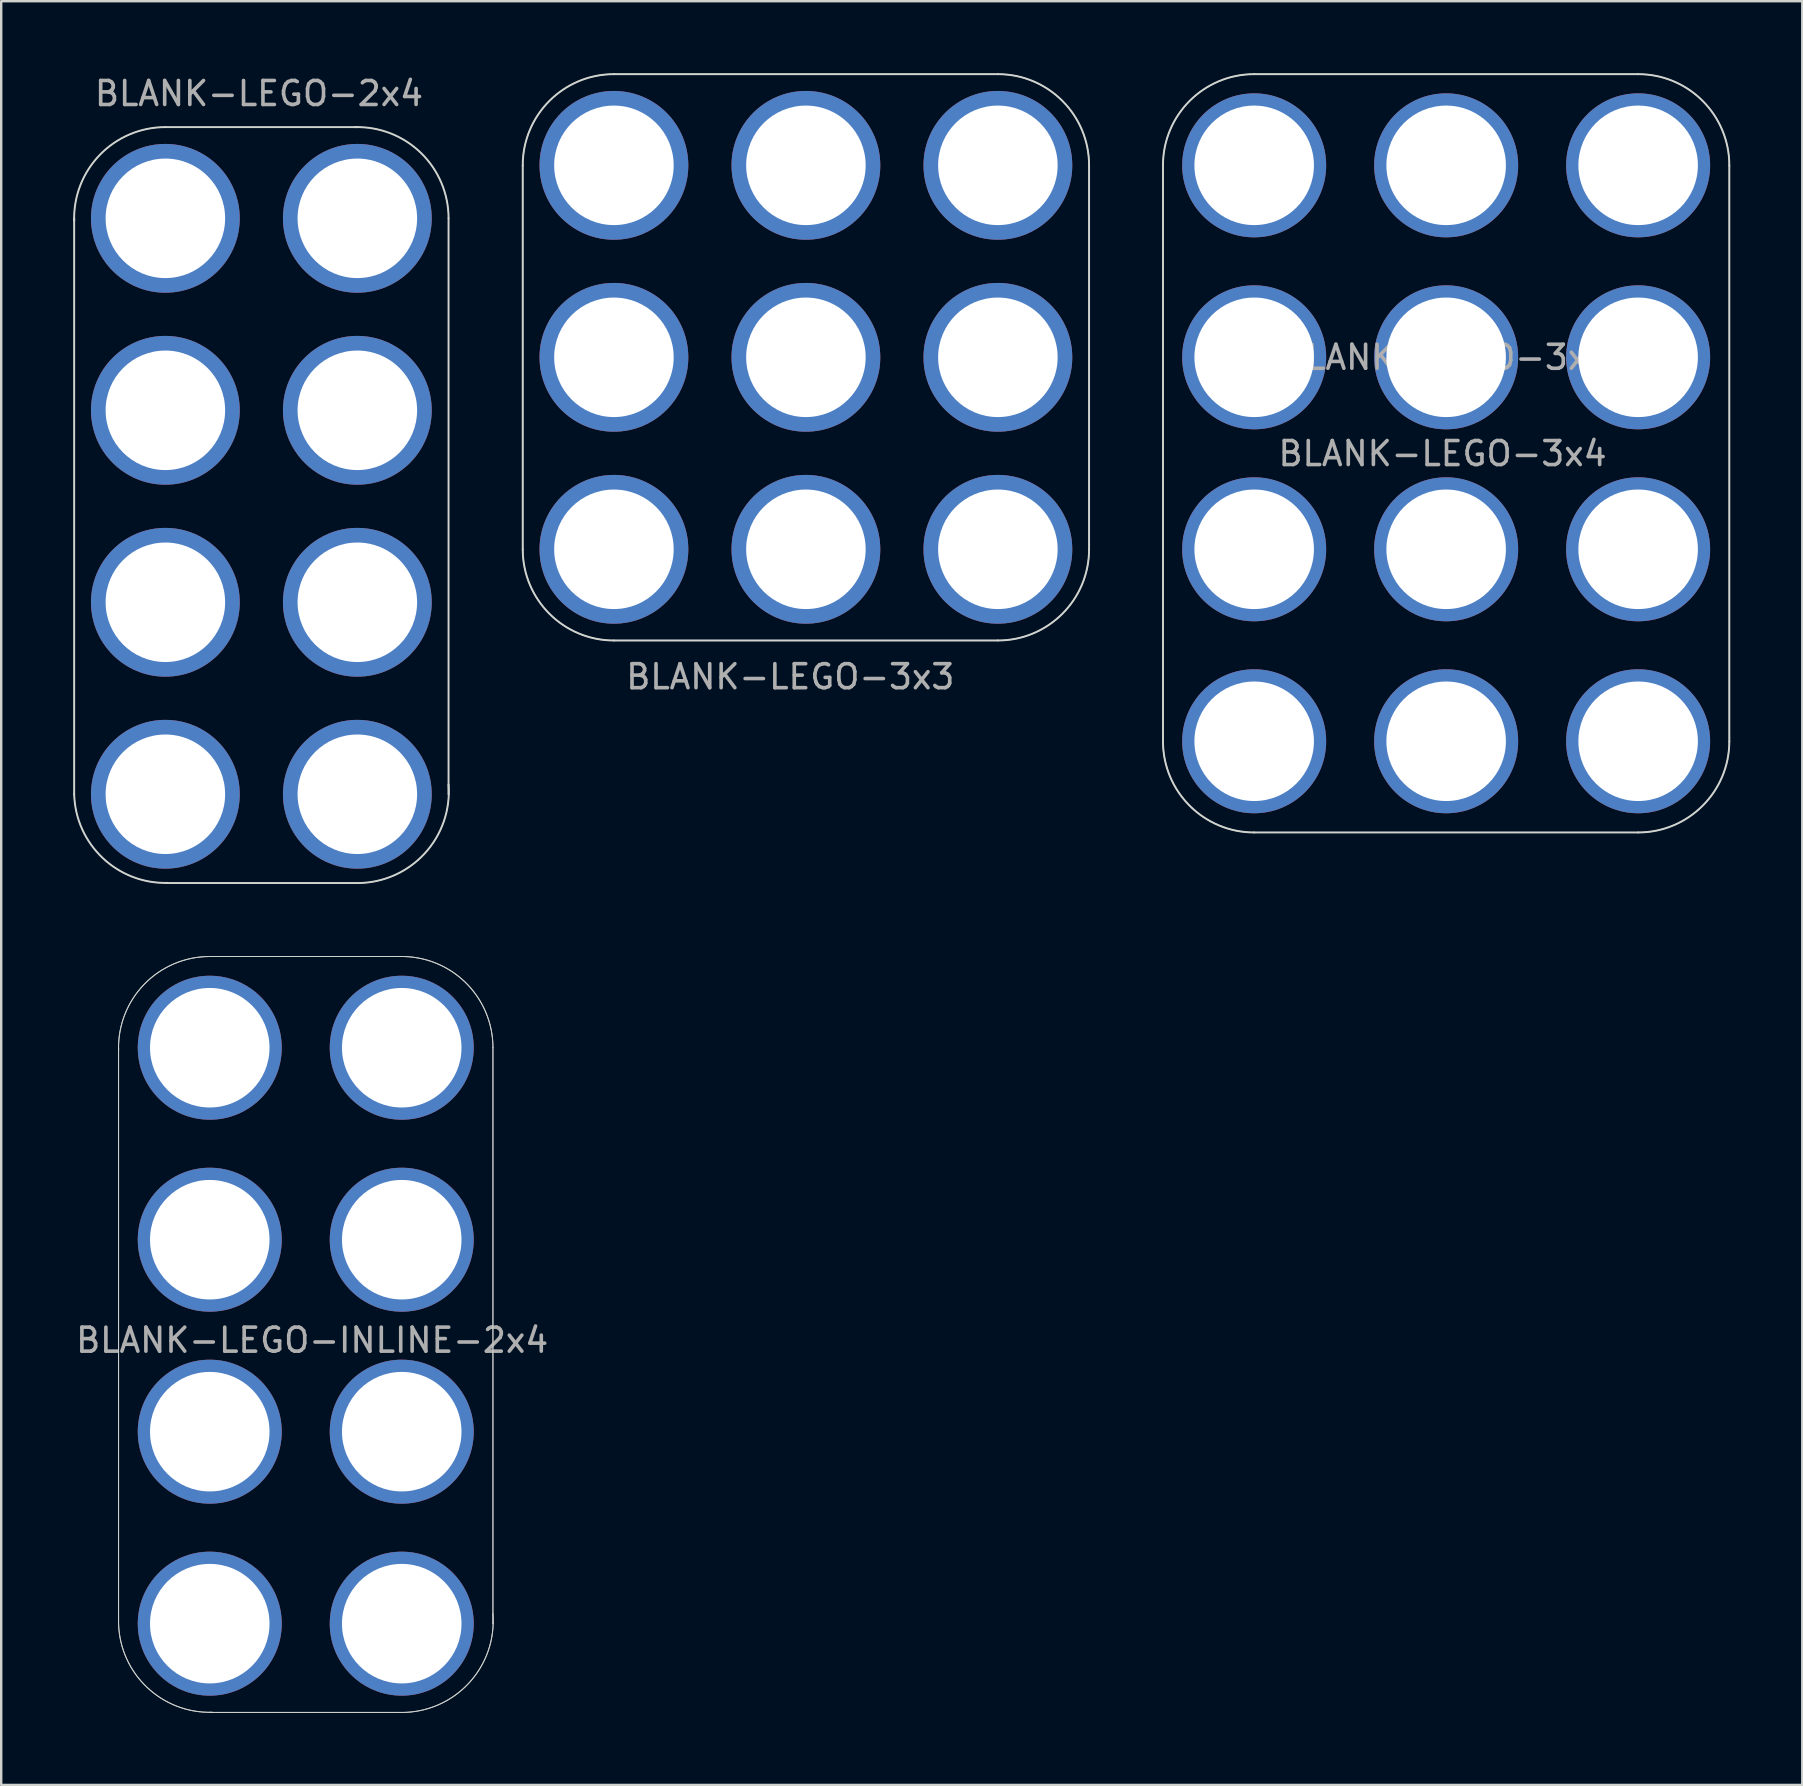
<source format=kicad_pcb>
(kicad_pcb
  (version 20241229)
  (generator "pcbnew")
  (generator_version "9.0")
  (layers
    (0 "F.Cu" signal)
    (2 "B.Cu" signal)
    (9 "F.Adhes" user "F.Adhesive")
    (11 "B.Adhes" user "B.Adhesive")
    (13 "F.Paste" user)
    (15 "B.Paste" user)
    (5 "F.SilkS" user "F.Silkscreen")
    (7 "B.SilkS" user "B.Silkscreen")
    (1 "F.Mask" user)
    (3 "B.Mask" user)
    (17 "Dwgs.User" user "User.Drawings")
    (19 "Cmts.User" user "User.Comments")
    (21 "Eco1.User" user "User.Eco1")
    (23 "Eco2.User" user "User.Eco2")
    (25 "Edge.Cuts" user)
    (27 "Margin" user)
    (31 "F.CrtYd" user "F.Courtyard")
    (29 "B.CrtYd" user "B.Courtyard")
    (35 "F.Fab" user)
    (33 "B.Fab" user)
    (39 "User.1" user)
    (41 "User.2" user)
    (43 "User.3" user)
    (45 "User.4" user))
  (footprint "BLANK-LEGO-3x4"
    (layer "F.Cu")
    (at 49.213 19.84)
    (property "Reference" "BLANK-LEGO-3x4" (at 7.849 -3.988 0) (layer "F.Fab") (effects (font (size 1 1) (thickness 0.15))))
    (attr through_hole)
    (fp_line (start -3.8 -16) (end -3.8 8) (stroke (width 0.08) (type solid)) (layer "Edge.Cuts"))
    (fp_line (start 0 -19.8) (end 16 -19.8) (stroke (width 0.08) (type solid)) (layer "Edge.Cuts"))
    (fp_line (start 0 11.8) (end 16 11.8) (stroke (width 0.08) (type solid)) (layer "Edge.Cuts"))
    (fp_line (start 19.8 -16) (end 19.8 8) (stroke (width 0.08) (type solid)) (layer "Edge.Cuts"))
    (fp_arc (start -3.8 -16) (mid -2.687006 -18.687006) (end 0 -19.8) (stroke (width 0.08) (type solid)) (layer "Edge.Cuts"))
    (fp_arc (start 0 11.8) (mid -2.687006 10.687006) (end -3.8 8) (stroke (width 0.08) (type solid)) (layer "Edge.Cuts"))
    (fp_arc (start 16 -19.8) (mid 18.687006 -18.687006) (end 19.8 -16) (stroke (width 0.08) (type solid)) (layer "Edge.Cuts"))
    (fp_arc (start 19.8 8) (mid 18.687006 10.687006) (end 16 11.8) (stroke (width 0.08) (type solid)) (layer "Edge.Cuts"))
    (fp_line (start -3.8 -16) (end -3.8 8) (stroke (width 0.05) (type solid)) (layer "F.Fab"))
    (fp_line (start 0 -19.8) (end 16 -19.8) (stroke (width 0.05) (type solid)) (layer "F.Fab"))
    (fp_line (start 0 11.8) (end 16 11.8) (stroke (width 0.05) (type solid)) (layer "F.Fab"))
    (fp_line (start 19.8 -16) (end 19.8 8) (stroke (width 0.05) (type solid)) (layer "F.Fab"))
    (fp_arc (start -3.8 -16) (mid -2.687006 -18.687006) (end 0 -19.8) (stroke (width 0.05) (type solid)) (layer "F.Fab"))
    (fp_arc (start 0 11.8) (mid -2.687006 10.687006) (end -3.8 8) (stroke (width 0.05) (type solid)) (layer "F.Fab"))
    (fp_arc (start 16 -19.8) (mid 18.687006 -18.687006) (end 19.8 -16) (stroke (width 0.05) (type solid)) (layer "F.Fab"))
    (fp_arc (start 19.8 8) (mid 18.687006 10.687006) (end 16 11.8) (stroke (width 0.05) (type solid)) (layer "F.Fab"))
    (fp_text user "${REFERENCE}" (at 8 -8 0) (layer "F.Fab") (effects (font (size 1 1) (thickness 0.15))))
    (pad "+" thru_hole circle (at 0 -8) (size 6 6) (drill 4.98) (layers "*.Cu"))
    (pad "+" thru_hole circle (at 16 -16) (size 6 6) (drill 4.98) (layers "*.Cu" "B.Mask"))
    (pad "+" thru_hole circle (at 16 -8) (size 6 6) (drill 4.98) (layers "*.Cu" "B.Mask"))
    (pad "+" thru_hole circle (at 16 0) (size 6 6) (drill 4.98) (layers "*.Cu" "B.Mask"))
    (pad "+" thru_hole circle (at 16 8) (size 6 6) (drill 4.98) (layers "*.Cu" "B.Mask"))
    (pad "GND" thru_hole circle (at 0 -16) (size 6 6) (drill 4.98) (layers "*.Cu" "*.Mask"))
    (pad "GND" thru_hole circle (at 0 0) (size 6 6) (drill 4.98) (layers "*.Cu" "*.Mask"))
    (pad "GND" thru_hole circle (at 0 8) (size 6 6) (drill 4.98) (layers "*.Cu" "*.Mask"))
    (pad "GND" thru_hole circle (at 8 -16) (size 6 6) (drill 4.98) (layers "*.Cu" "*.Mask"))
    (pad "GND" thru_hole circle (at 8 -8) (size 6 6) (drill 4.98) (layers "*.Cu" "*.Mask"))
    (pad "GND" thru_hole circle (at 8 0) (size 6 6) (drill 4.98) (layers "*.Cu" "*.Mask"))
    (pad "GND" thru_hole circle (at 8 8) (size 6 6) (drill 4.98) (layers "*.Cu" "*.Mask")))
  (footprint "BLANK-LEGO-2x4"
    (layer "F.Cu")
    (at 3.841 30.048)
    (property "Reference" "BLANK-LEGO-2x4" (at 3.9 -29.2 0) (layer "F.Fab") (effects (font (size 1 1) (thickness 0.15))))
    (attr through_hole)
    (fp_line (start -3.8 -24) (end -3.8 0) (stroke (width 0.08) (type solid)) (layer "Edge.Cuts"))
    (fp_line (start 0 -27.8) (end 8 -27.8) (stroke (width 0.08) (type solid)) (layer "Edge.Cuts"))
    (fp_line (start 0 3.7) (end 8 3.7) (stroke (width 0.08) (type solid)) (layer "Edge.Cuts"))
    (fp_line (start 11.8 -24) (end 11.8 0) (stroke (width 0.08) (type solid)) (layer "Edge.Cuts"))
    (fp_arc (start -3.8 -23.9) (mid -2.723062 -26.652345) (end 0 -27.801316) (stroke (width 0.08) (type solid)) (layer "Edge.Cuts"))
    (fp_arc (start 0.09982 3.693368) (mid -2.614068 2.653367) (end -3.8 0) (stroke (width 0.08) (type solid)) (layer "Edge.Cuts"))
    (fp_arc (start 7.9 -27.8) (mid 10.652345 -26.723062) (end 11.801316 -24) (stroke (width 0.08) (type solid)) (layer "Edge.Cuts"))
    (fp_arc (start 11.8 -0.411824) (mid 10.799424 2.475303) (end 8 3.7) (stroke (width 0.08) (type solid)) (layer "Edge.Cuts"))
    (fp_line (start -3.8 -24) (end -3.8 0) (stroke (width 0.041) (type solid)) (layer "F.Fab"))
    (fp_line (start 0 -27.8) (end 8 -27.8) (stroke (width 0.041) (type solid)) (layer "F.Fab"))
    (fp_line (start 0 3.7) (end 8 3.7) (stroke (width 0.041) (type solid)) (layer "F.Fab"))
    (fp_line (start 11.8 -24) (end 11.8 0) (stroke (width 0.041) (type solid)) (layer "F.Fab"))
    (fp_arc (start -3.8 -23.9) (mid -2.723062 -26.652345) (end 0 -27.801316) (stroke (width 0.04064) (type solid)) (layer "F.Fab"))
    (fp_arc (start 0.09982 3.693368) (mid -2.614068 2.653367) (end -3.8 0) (stroke (width 0.04064) (type solid)) (layer "F.Fab"))
    (fp_arc (start 7.9 -27.8) (mid 10.652345 -26.723062) (end 11.801316 -24) (stroke (width 0.04064) (type solid)) (layer "F.Fab"))
    (fp_arc (start 11.811 -0.0254) (mid 10.664746 2.614037) (end 8 3.700156) (stroke (width 0.04064) (type solid)) (layer "F.Fab"))
    (pad "1" thru_hole circle (at 0 -24) (size 6.2 6.2) (drill 4.98) (layers "*.Cu" "*.Mask"))
    (pad "2" thru_hole circle (at 8 -24) (size 6.2 6.2) (drill 4.98) (layers "*.Cu" "*.Mask"))
    (pad "3" thru_hole circle (at 0 -16) (size 6.2 6.2) (drill 4.98) (layers "*.Cu" "*.Mask"))
    (pad "4" thru_hole circle (at 8 -16) (size 6.2 6.2) (drill 4.98) (layers "*.Cu" "*.Mask"))
    (pad "5" thru_hole circle (at 0 -8) (size 6.2 6.2) (drill 4.98) (layers "*.Cu" "*.Mask"))
    (pad "6" thru_hole circle (at 8 -8) (size 6.2 6.2) (drill 4.98) (layers "*.Cu" "*.Mask"))
    (pad "7" thru_hole circle (at 0 0) (size 6.2 6.2) (drill 4.98) (layers "*.Cu" "*.Mask"))
    (pad "8" thru_hole circle (at 8 0) (size 6.2 6.2) (drill 4.98) (layers "*.Cu" "*.Mask")))
  (footprint "BLANK-LEGO-3x3"
    (layer "F.Cu")
    (at 22.533 19.84)
    (property "Reference" "BLANK-LEGO-3x3" (at 7.349 5.312 0) (layer "F.Fab") (effects (font (size 1 1) (thickness 0.15))))
    (attr through_hole)
    (fp_line (start -3.8 -16) (end -3.8 0) (stroke (width 0.08) (type solid)) (layer "Edge.Cuts"))
    (fp_line (start 0 -19.8) (end 16 -19.8) (stroke (width 0.08) (type solid)) (layer "Edge.Cuts"))
    (fp_line (start 0 3.8) (end 16 3.8) (stroke (width 0.08) (type solid)) (layer "Edge.Cuts"))
    (fp_line (start 19.8 -16) (end 19.8 0) (stroke (width 0.08) (type solid)) (layer "Edge.Cuts"))
    (fp_arc (start -3.8 -16) (mid -2.687006 -18.687006) (end 0 -19.8) (stroke (width 0.08) (type solid)) (layer "Edge.Cuts"))
    (fp_arc (start 0 3.8) (mid -2.687006 2.687006) (end -3.8 0) (stroke (width 0.08) (type solid)) (layer "Edge.Cuts"))
    (fp_arc (start 16 -19.8) (mid 18.687006 -18.687006) (end 19.8 -16) (stroke (width 0.08) (type solid)) (layer "Edge.Cuts"))
    (fp_arc (start 19.8 0) (mid 18.687006 2.687006) (end 16 3.8) (stroke (width 0.08) (type solid)) (layer "Edge.Cuts"))
    (fp_line (start -3.8 -16) (end -3.8 0) (stroke (width 0.05) (type solid)) (layer "F.Fab"))
    (fp_line (start 0 -19.8) (end 16 -19.8) (stroke (width 0.05) (type solid)) (layer "F.Fab"))
    (fp_line (start 0 3.8) (end 16 3.8) (stroke (width 0.05) (type solid)) (layer "F.Fab"))
    (fp_line (start 19.8 -16) (end 19.8 0) (stroke (width 0.05) (type solid)) (layer "F.Fab"))
    (fp_arc (start -3.8 -16) (mid -2.687006 -18.687006) (end 0 -19.8) (stroke (width 0.05) (type solid)) (layer "F.Fab"))
    (fp_arc (start 0 3.8) (mid -2.687006 2.687006) (end -3.8 0) (stroke (width 0.05) (type solid)) (layer "F.Fab"))
    (fp_arc (start 16 -19.8) (mid 18.687006 -18.687006) (end 19.8 -16) (stroke (width 0.05) (type solid)) (layer "F.Fab"))
    (fp_arc (start 19.8 0) (mid 18.687006 2.687006) (end 16 3.8) (stroke (width 0.05) (type solid)) (layer "F.Fab"))
    (pad "1" thru_hole circle (at 0 -16) (size 6.2 6.2) (drill 4.98) (layers "*.Cu" "*.Mask"))
    (pad "2" thru_hole circle (at 8 -16) (size 6.2 6.2) (drill 4.98) (layers "*.Cu" "*.Mask"))
    (pad "3" thru_hole circle (at 16 -16) (size 6.2 6.2) (drill 4.98) (layers "*.Cu" "B.Mask"))
    (pad "4" thru_hole circle (at 0 -8) (size 6.2 6.2) (drill 4.98) (layers "*.Cu"))
    (pad "5" thru_hole circle (at 8 -8) (size 6.2 6.2) (drill 4.98) (layers "*.Cu" "*.Mask"))
    (pad "6" thru_hole circle (at 16 -8) (size 6.2 6.2) (drill 4.98) (layers "*.Cu" "B.Mask"))
    (pad "7" thru_hole circle (at 0 0) (size 6.2 6.2) (drill 4.98) (layers "*.Cu" "*.Mask"))
    (pad "8" thru_hole circle (at 8 0) (size 6.2 6.2) (drill 4.98) (layers "*.Cu" "*.Mask"))
    (pad "9" thru_hole circle (at 16 0) (size 6.2 6.2) (drill 4.98) (layers "*.Cu" "B.Mask")))
  (footprint "BLANK-LEGO-INLINE-2x4"
    (layer "F.Cu")
    (at 5.691 64.61)
    (property "Reference" "BLANK-LEGO-INLINE-2x4" (at 4.267 -11.811 0) (layer "F.Fab") (effects (font (size 1 1) (thickness 0.15))))
    (attr through_hole)
    (fp_line (start -3.8 -24) (end -3.8 0) (stroke (width 0.041) (type solid)) (layer "Edge.Cuts"))
    (fp_line (start 0 -27.8) (end 8 -27.8) (stroke (width 0.041) (type solid)) (layer "Edge.Cuts"))
    (fp_line (start 0 3.7) (end 8 3.7) (stroke (width 0.041) (type solid)) (layer "Edge.Cuts"))
    (fp_line (start 11.8 -24) (end 11.8 0) (stroke (width 0.041) (type solid)) (layer "Edge.Cuts"))
    (fp_arc (start -3.8 -23.9) (mid -2.723062 -26.652345) (end 0 -27.801316) (stroke (width 0.04064) (type solid)) (layer "Edge.Cuts"))
    (fp_arc (start 0.09982 3.693368) (mid -2.614068 2.653367) (end -3.8 0) (stroke (width 0.04064) (type solid)) (layer "Edge.Cuts"))
    (fp_arc (start 7.9 -27.8) (mid 10.652345 -26.723062) (end 11.801316 -24) (stroke (width 0.04064) (type solid)) (layer "Edge.Cuts"))
    (fp_arc (start 11.8 -0.411824) (mid 10.799424 2.475303) (end 8 3.7) (stroke (width 0.04064) (type solid)) (layer "Edge.Cuts"))
    (fp_line (start -3.8 -24) (end -3.8 0) (stroke (width 0.041) (type solid)) (layer "F.Fab"))
    (fp_line (start 0 -27.8) (end 8 -27.8) (stroke (width 0.041) (type solid)) (layer "F.Fab"))
    (fp_line (start 0 3.7) (end 8 3.7) (stroke (width 0.041) (type solid)) (layer "F.Fab"))
    (fp_line (start 11.8 -24) (end 11.8 0) (stroke (width 0.041) (type solid)) (layer "F.Fab"))
    (fp_arc (start -3.8 -23.9) (mid -2.723062 -26.652345) (end 0 -27.801316) (stroke (width 0.04064) (type solid)) (layer "F.Fab"))
    (fp_arc (start 0.09982 3.693368) (mid -2.614068 2.653367) (end -3.8 0) (stroke (width 0.04064) (type solid)) (layer "F.Fab"))
    (fp_arc (start 7.9 -27.8) (mid 10.652345 -26.723062) (end 11.801316 -24) (stroke (width 0.04064) (type solid)) (layer "F.Fab"))
    (fp_arc (start 11.811 -0.0254) (mid 10.664746 2.614037) (end 8 3.700156) (stroke (width 0.04064) (type solid)) (layer "F.Fab"))
    (pad "1" thru_hole circle (at 0 -24) (size 6 6) (drill 4.98) (layers "*.Cu" "*.Mask"))
    (pad "1" thru_hole circle (at 8 -24) (size 6 6) (drill 4.98) (layers "*.Cu" "*.Mask"))
    (pad "2" thru_hole circle (at 0 -16) (size 6 6) (drill 4.98) (layers "*.Cu" "*.Mask"))
    (pad "2" thru_hole circle (at 8 -16) (size 6 6) (drill 4.98) (layers "*.Cu" "*.Mask"))
    (pad "3" thru_hole circle (at 0 -8) (size 6 6) (drill 4.98) (layers "*.Cu"))
    (pad "3" thru_hole circle (at 8 -8) (size 6 6) (drill 4.98) (layers "*.Cu"))
    (pad "4" thru_hole circle (at 0 0) (size 6 6) (drill 4.98) (layers "*.Cu" "*.Mask"))
    (pad "4" thru_hole circle (at 8 0) (size 6 6) (drill 4.98) (layers "*.Cu" "*.Mask")))
  (gr_rect
    (start -3 -3)
    (end 72.053 71.33)
    (stroke (width 0.1) (type default))
    (fill no)
    (layer "Edge.Cuts")))
</source>
